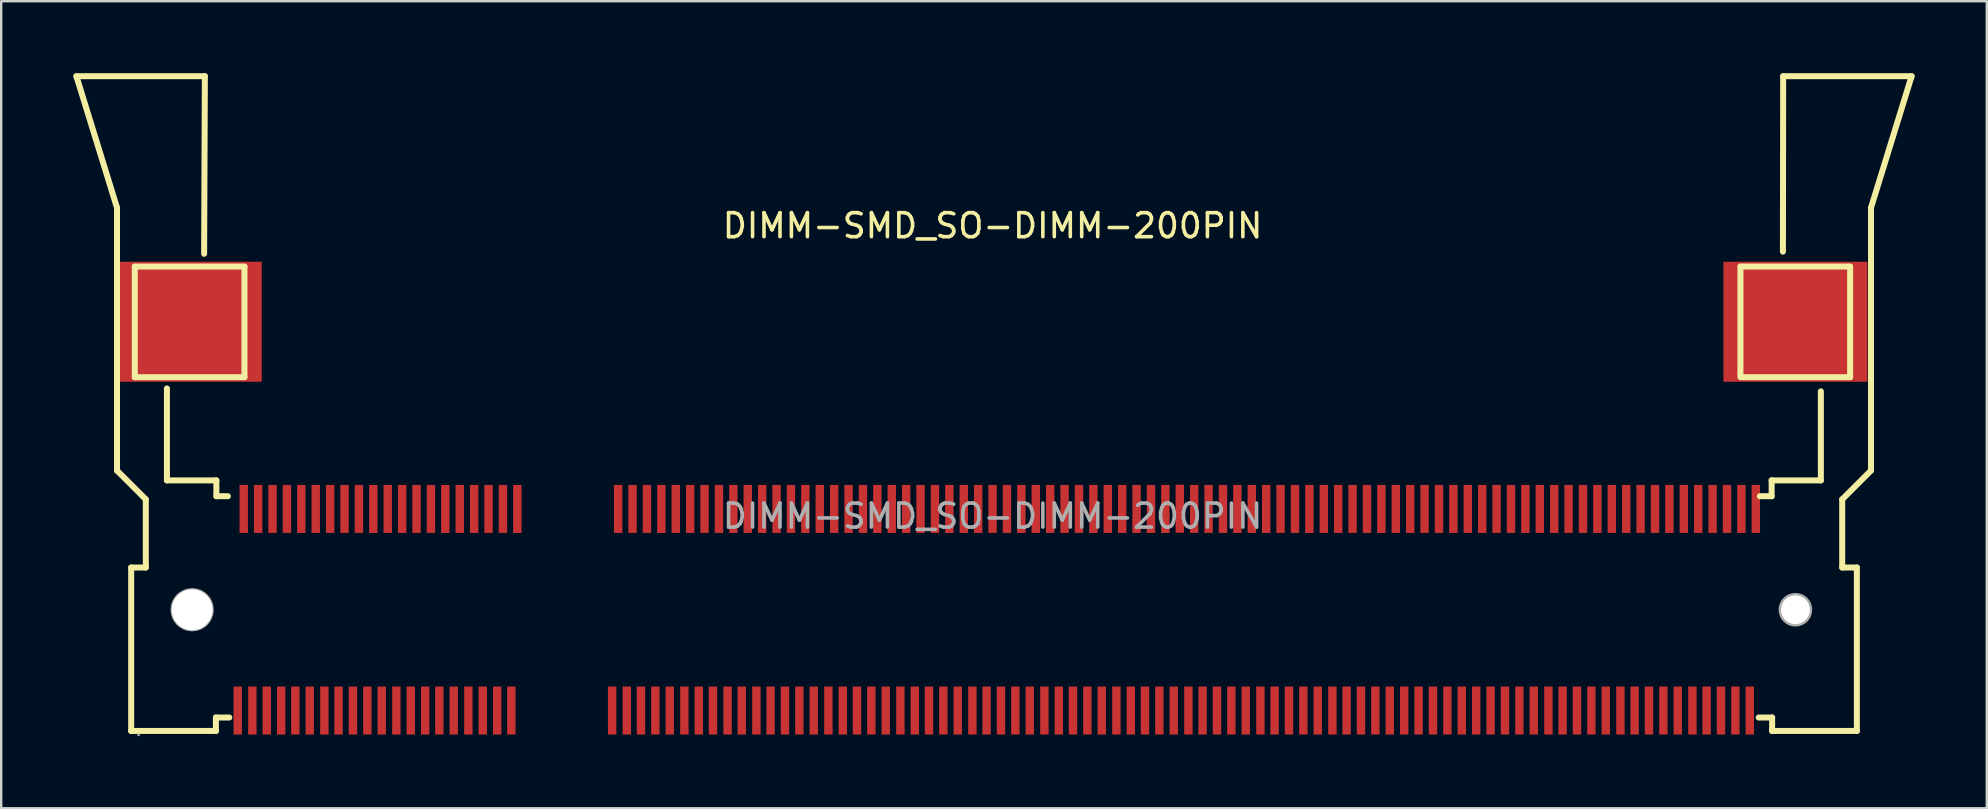
<source format=kicad_pcb>
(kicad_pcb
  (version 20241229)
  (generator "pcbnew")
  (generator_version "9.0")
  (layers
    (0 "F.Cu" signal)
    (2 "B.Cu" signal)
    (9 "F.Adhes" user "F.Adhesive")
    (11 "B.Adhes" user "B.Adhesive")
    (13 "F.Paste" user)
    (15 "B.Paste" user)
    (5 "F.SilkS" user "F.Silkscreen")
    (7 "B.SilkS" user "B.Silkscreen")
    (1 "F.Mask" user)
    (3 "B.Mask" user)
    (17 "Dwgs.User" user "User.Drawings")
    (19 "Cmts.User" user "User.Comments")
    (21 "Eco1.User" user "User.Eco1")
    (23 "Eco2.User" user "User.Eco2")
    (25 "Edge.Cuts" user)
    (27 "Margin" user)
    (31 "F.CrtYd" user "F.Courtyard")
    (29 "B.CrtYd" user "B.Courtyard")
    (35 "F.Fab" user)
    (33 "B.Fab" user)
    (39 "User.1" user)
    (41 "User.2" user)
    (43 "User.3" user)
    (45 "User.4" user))
  (footprint "DIMM-SMD_SO-DIMM-200PIN"
    (layer "F.Cu")
    (at 38.305 18.455)
    (property "Reference" "DIMM-SMD_SO-DIMM-200PIN" (at 0 -12.1 0) (layer "F.SilkS") (effects (font (size 1 1) (thickness 0.15))))
    (attr through_hole)
    (fp_line (start -38.15 -18.33) (end -32.82 -18.33) (stroke (width 0.25) (type solid)) (layer "F.SilkS"))
    (fp_line (start -38.15 -18.26) (end -38.18 -18.33) (stroke (width 0.25) (type solid)) (layer "F.SilkS"))
    (fp_line (start -36.48 -12.85) (end -38.15 -18.26) (stroke (width 0.25) (type solid)) (layer "F.SilkS"))
    (fp_line (start -36.48 -10.81) (end -36.48 -12.85) (stroke (width 0.25) (type solid)) (layer "F.SilkS"))
    (fp_line (start -36.48 -1.9) (end -36.48 -10.79) (stroke (width 0.25) (type solid)) (layer "F.SilkS"))
    (fp_line (start -35.89 2.14) (end -35.28 2.14) (stroke (width 0.25) (type solid)) (layer "F.SilkS"))
    (fp_line (start -35.89 8.95) (end -35.89 2.14) (stroke (width 0.25) (type solid)) (layer "F.SilkS"))
    (fp_line (start -35.74 -5.79) (end -35.74 -10.39) (stroke (width 0.25) (type solid)) (layer "F.SilkS"))
    (fp_line (start -35.73 -5.79) (end -31.17 -5.79) (stroke (width 0.25) (type solid)) (layer "F.SilkS"))
    (fp_line (start -35.28 -0.7) (end -36.48 -1.9) (stroke (width 0.25) (type solid)) (layer "F.SilkS"))
    (fp_line (start -35.28 2.14) (end -35.28 -0.7) (stroke (width 0.25) (type solid)) (layer "F.SilkS"))
    (fp_line (start -34.4 -5.32) (end -34.4 -1.49) (stroke (width 0.25) (type solid)) (layer "F.SilkS"))
    (fp_line (start -34.4 -1.49) (end -32.34 -1.49) (stroke (width 0.25) (type solid)) (layer "F.SilkS"))
    (fp_line (start -32.82 -18.33) (end -32.85 -10.93) (stroke (width 0.25) (type solid)) (layer "F.SilkS"))
    (fp_line (start -32.36 8.39) (end -31.8 8.39) (stroke (width 0.25) (type solid)) (layer "F.SilkS"))
    (fp_line (start -32.36 8.95) (end -35.89 8.95) (stroke (width 0.25) (type solid)) (layer "F.SilkS"))
    (fp_line (start -32.36 8.95) (end -32.36 8.39) (stroke (width 0.25) (type solid)) (layer "F.SilkS"))
    (fp_line (start -32.34 -1.49) (end -32.34 -0.83) (stroke (width 0.25) (type solid)) (layer "F.SilkS"))
    (fp_line (start -32.34 -0.83) (end -31.86 -0.83) (stroke (width 0.25) (type solid)) (layer "F.SilkS"))
    (fp_line (start -31.17 -10.4) (end -35.74 -10.4) (stroke (width 0.25) (type solid)) (layer "F.SilkS"))
    (fp_line (start -31.17 -5.79) (end -31.17 -10.39) (stroke (width 0.25) (type solid)) (layer "F.SilkS"))
    (fp_line (start 31.16 -5.79) (end 31.16 -10.39) (stroke (width 0.25) (type solid)) (layer "F.SilkS"))
    (fp_line (start 31.18 -5.79) (end 35.73 -5.79) (stroke (width 0.25) (type solid)) (layer "F.SilkS"))
    (fp_line (start 32.46 -1.49) (end 32.46 -0.83) (stroke (width 0.25) (type solid)) (layer "F.SilkS"))
    (fp_line (start 32.46 -0.83) (end 31.97 -0.83) (stroke (width 0.25) (type solid)) (layer "F.SilkS"))
    (fp_line (start 32.48 8.39) (end 31.92 8.39) (stroke (width 0.25) (type solid)) (layer "F.SilkS"))
    (fp_line (start 32.48 8.95) (end 32.48 8.39) (stroke (width 0.25) (type solid)) (layer "F.SilkS"))
    (fp_line (start 32.48 8.95) (end 36.01 8.95) (stroke (width 0.25) (type solid)) (layer "F.SilkS"))
    (fp_line (start 32.94 -18.33) (end 32.93 -11.02) (stroke (width 0.25) (type solid)) (layer "F.SilkS"))
    (fp_line (start 34.51 -5.2) (end 34.51 -1.49) (stroke (width 0.25) (type solid)) (layer "F.SilkS"))
    (fp_line (start 34.51 -1.49) (end 32.46 -1.49) (stroke (width 0.25) (type solid)) (layer "F.SilkS"))
    (fp_line (start 35.4 -0.7) (end 36.6 -1.9) (stroke (width 0.25) (type solid)) (layer "F.SilkS"))
    (fp_line (start 35.4 2.14) (end 35.4 -0.7) (stroke (width 0.25) (type solid)) (layer "F.SilkS"))
    (fp_line (start 35.73 -10.4) (end 31.16 -10.4) (stroke (width 0.25) (type solid)) (layer "F.SilkS"))
    (fp_line (start 35.73 -5.79) (end 35.73 -10.39) (stroke (width 0.25) (type solid)) (layer "F.SilkS"))
    (fp_line (start 36.01 2.14) (end 35.4 2.14) (stroke (width 0.25) (type solid)) (layer "F.SilkS"))
    (fp_line (start 36.01 8.95) (end 36.01 2.14) (stroke (width 0.25) (type solid)) (layer "F.SilkS"))
    (fp_line (start 36.6 -12.85) (end 38.27 -18.26) (stroke (width 0.25) (type solid)) (layer "F.SilkS"))
    (fp_line (start 36.6 -10.81) (end 36.6 -12.85) (stroke (width 0.25) (type solid)) (layer "F.SilkS"))
    (fp_line (start 36.6 -1.9) (end 36.6 -10.79) (stroke (width 0.25) (type solid)) (layer "F.SilkS"))
    (fp_line (start 38.27 -18.33) (end 32.94 -18.33) (stroke (width 0.25) (type solid)) (layer "F.SilkS"))
    (fp_line (start 38.27 -18.26) (end 38.3 -18.33) (stroke (width 0.25) (type solid)) (layer "F.SilkS"))
    (fp_circle (center -35.58 9.11) (end -35.55 9.11) (stroke (width 0.06) (type solid)) (fill no) (layer "F.Fab"))
    (fp_circle (center -33.35 3.9) (end -32.9 3.9) (stroke (width 0.9) (type solid)) (fill no) (layer "F.Fab"))
    (fp_circle (center 33.45 3.9) (end 33.8 3.9) (stroke (width 0.7) (type solid)) (fill no) (layer "F.Fab"))
    (fp_text user "${REFERENCE}" (at 0 0 0) (layer "F.Fab") (effects (font (size 1 1) (thickness 0.15))))
    (pad "" thru_hole circle (at -33.35 3.9) (size 1.7 1.7) (drill 1.7) (layers "*.Cu" "*.Mask"))
    (pad "" thru_hole circle (at 33.45 3.9) (size 1.2 1.2) (drill 1.2) (layers "*.Cu" "*.Mask"))
    (pad "1" smd rect (at -31.45 8.1 90) (size 2 0.35) (layers "F.Cu" "F.Mask" "F.Paste"))
    (pad "2" smd rect (at -31.2 -0.3 90) (size 2 0.35) (layers "F.Cu" "F.Mask" "F.Paste"))
    (pad "3" smd rect (at -30.84 8.1 90) (size 2 0.35) (layers "F.Cu" "F.Mask" "F.Paste"))
    (pad "4" smd rect (at -30.6 -0.3 90) (size 2 0.35) (layers "F.Cu" "F.Mask" "F.Paste"))
    (pad "5" smd rect (at -30.24 8.1 90) (size 2 0.35) (layers "F.Cu" "F.Mask" "F.Paste"))
    (pad "6" smd rect (at -30 -0.3 90) (size 2 0.35) (layers "F.Cu" "F.Mask" "F.Paste"))
    (pad "7" smd rect (at -29.64 8.1 90) (size 2 0.35) (layers "F.Cu" "F.Mask" "F.Paste"))
    (pad "8" smd rect (at -29.4 -0.3 90) (size 2 0.35) (layers "F.Cu" "F.Mask" "F.Paste"))
    (pad "9" smd rect (at -29.05 8.1 90) (size 2 0.35) (layers "F.Cu" "F.Mask" "F.Paste"))
    (pad "10" smd rect (at -28.8 -0.3 90) (size 2 0.35) (layers "F.Cu" "F.Mask" "F.Paste"))
    (pad "11" smd rect (at -28.45 8.1 90) (size 2 0.35) (layers "F.Cu" "F.Mask" "F.Paste"))
    (pad "12" smd rect (at -28.2 -0.3 90) (size 2 0.35) (layers "F.Cu" "F.Mask" "F.Paste"))
    (pad "13" smd rect (at -27.84 8.1 90) (size 2 0.35) (layers "F.Cu" "F.Mask" "F.Paste"))
    (pad "14" smd rect (at -27.6 -0.3 90) (size 2 0.35) (layers "F.Cu" "F.Mask" "F.Paste"))
    (pad "15" smd rect (at -27.25 8.1 90) (size 2 0.35) (layers "F.Cu" "F.Mask" "F.Paste"))
    (pad "16" smd rect (at -27 -0.3 90) (size 2 0.35) (layers "F.Cu" "F.Mask" "F.Paste"))
    (pad "17" smd rect (at -26.65 8.1 90) (size 2 0.35) (layers "F.Cu" "F.Mask" "F.Paste"))
    (pad "18" smd rect (at -26.4 -0.3 90) (size 2 0.35) (layers "F.Cu" "F.Mask" "F.Paste"))
    (pad "19" smd rect (at -26.05 8.1 90) (size 2 0.35) (layers "F.Cu" "F.Mask" "F.Paste"))
    (pad "20" smd rect (at -25.8 -0.3 90) (size 2 0.35) (layers "F.Cu" "F.Mask" "F.Paste"))
    (pad "21" smd rect (at -25.45 8.1 90) (size 2 0.35) (layers "F.Cu" "F.Mask" "F.Paste"))
    (pad "22" smd rect (at -25.2 -0.3 90) (size 2 0.35) (layers "F.Cu" "F.Mask" "F.Paste"))
    (pad "23" smd rect (at -24.84 8.1 90) (size 2 0.35) (layers "F.Cu" "F.Mask" "F.Paste"))
    (pad "24" smd rect (at -24.6 -0.3 90) (size 2 0.35) (layers "F.Cu" "F.Mask" "F.Paste"))
    (pad "25" smd rect (at -24.24 8.1 90) (size 2 0.35) (layers "F.Cu" "F.Mask" "F.Paste"))
    (pad "26" smd rect (at -24 -0.3 90) (size 2 0.35) (layers "F.Cu" "F.Mask" "F.Paste"))
    (pad "27" smd rect (at -23.64 8.1 90) (size 2 0.35) (layers "F.Cu" "F.Mask" "F.Paste"))
    (pad "28" smd rect (at -23.4 -0.3 90) (size 2 0.35) (layers "F.Cu" "F.Mask" "F.Paste"))
    (pad "29" smd rect (at -23.05 8.1 90) (size 2 0.35) (layers "F.Cu" "F.Mask" "F.Paste"))
    (pad "30" smd rect (at -22.8 -0.3 90) (size 2 0.35) (layers "F.Cu" "F.Mask" "F.Paste"))
    (pad "31" smd rect (at -22.45 8.1 90) (size 2 0.35) (layers "F.Cu" "F.Mask" "F.Paste"))
    (pad "32" smd rect (at -22.2 -0.3 90) (size 2 0.35) (layers "F.Cu" "F.Mask" "F.Paste"))
    (pad "33" smd rect (at -21.84 8.1 90) (size 2 0.35) (layers "F.Cu" "F.Mask" "F.Paste"))
    (pad "34" smd rect (at -21.6 -0.3 90) (size 2 0.35) (layers "F.Cu" "F.Mask" "F.Paste"))
    (pad "35" smd rect (at -21.24 8.1 90) (size 2 0.35) (layers "F.Cu" "F.Mask" "F.Paste"))
    (pad "36" smd rect (at -21 -0.3 90) (size 2 0.35) (layers "F.Cu" "F.Mask" "F.Paste"))
    (pad "37" smd rect (at -20.64 8.1 90) (size 2 0.35) (layers "F.Cu" "F.Mask" "F.Paste"))
    (pad "38" smd rect (at -20.4 -0.3 90) (size 2 0.35) (layers "F.Cu" "F.Mask" "F.Paste"))
    (pad "39" smd rect (at -20.05 8.1 90) (size 2 0.35) (layers "F.Cu" "F.Mask" "F.Paste"))
    (pad "40" smd rect (at -19.8 -0.3 90) (size 2 0.35) (layers "F.Cu" "F.Mask" "F.Paste"))
    (pad "41" smd rect (at -15.85 8.1 90) (size 2 0.35) (layers "F.Cu" "F.Mask" "F.Paste"))
    (pad "42" smd rect (at -15.6 -0.3 90) (size 2 0.35) (layers "F.Cu" "F.Mask" "F.Paste"))
    (pad "43" smd rect (at -15.24 8.1 90) (size 2 0.35) (layers "F.Cu" "F.Mask" "F.Paste"))
    (pad "44" smd rect (at -15 -0.3 90) (size 2 0.35) (layers "F.Cu" "F.Mask" "F.Paste"))
    (pad "45" smd rect (at -14.65 8.1 90) (size 2 0.35) (layers "F.Cu" "F.Mask" "F.Paste"))
    (pad "46" smd rect (at -14.4 -0.3 90) (size 2 0.35) (layers "F.Cu" "F.Mask" "F.Paste"))
    (pad "47" smd rect (at -14.05 8.1 90) (size 2 0.35) (layers "F.Cu" "F.Mask" "F.Paste"))
    (pad "48" smd rect (at -13.8 -0.3 90) (size 2 0.35) (layers "F.Cu" "F.Mask" "F.Paste"))
    (pad "49" smd rect (at -13.45 8.1 90) (size 2 0.35) (layers "F.Cu" "F.Mask" "F.Paste"))
    (pad "50" smd rect (at -13.2 -0.3 90) (size 2 0.35) (layers "F.Cu" "F.Mask" "F.Paste"))
    (pad "51" smd rect (at -12.84 8.1 90) (size 2 0.35) (layers "F.Cu" "F.Mask" "F.Paste"))
    (pad "52" smd rect (at -12.6 -0.3 90) (size 2 0.35) (layers "F.Cu" "F.Mask" "F.Paste"))
    (pad "53" smd rect (at -12.24 8.1 90) (size 2 0.35) (layers "F.Cu" "F.Mask" "F.Paste"))
    (pad "54" smd rect (at -12 -0.3 90) (size 2 0.35) (layers "F.Cu" "F.Mask" "F.Paste"))
    (pad "55" smd rect (at -11.65 8.1 90) (size 2 0.35) (layers "F.Cu" "F.Mask" "F.Paste"))
    (pad "56" smd rect (at -11.4 -0.3 90) (size 2 0.35) (layers "F.Cu" "F.Mask" "F.Paste"))
    (pad "57" smd rect (at -11.04 8.1 90) (size 2 0.35) (layers "F.Cu" "F.Mask" "F.Paste"))
    (pad "58" smd rect (at -10.8 -0.3 90) (size 2 0.35) (layers "F.Cu" "F.Mask" "F.Paste"))
    (pad "59" smd rect (at -10.45 8.1 90) (size 2 0.35) (layers "F.Cu" "F.Mask" "F.Paste"))
    (pad "60" smd rect (at -10.2 -0.3 90) (size 2 0.35) (layers "F.Cu" "F.Mask" "F.Paste"))
    (pad "61" smd rect (at -9.84 8.1 90) (size 2 0.35) (layers "F.Cu" "F.Mask" "F.Paste"))
    (pad "62" smd rect (at -9.6 -0.3 90) (size 2 0.35) (layers "F.Cu" "F.Mask" "F.Paste"))
    (pad "63" smd rect (at -9.25 8.1 90) (size 2 0.35) (layers "F.Cu" "F.Mask" "F.Paste"))
    (pad "64" smd rect (at -9 -0.3 90) (size 2 0.35) (layers "F.Cu" "F.Mask" "F.Paste"))
    (pad "65" smd rect (at -8.65 8.1 90) (size 2 0.35) (layers "F.Cu" "F.Mask" "F.Paste"))
    (pad "66" smd rect (at -8.4 -0.3 90) (size 2 0.35) (layers "F.Cu" "F.Mask" "F.Paste"))
    (pad "67" smd rect (at -8.05 8.1 90) (size 2 0.35) (layers "F.Cu" "F.Mask" "F.Paste"))
    (pad "68" smd rect (at -7.8 -0.3 90) (size 2 0.35) (layers "F.Cu" "F.Mask" "F.Paste"))
    (pad "69" smd rect (at -7.45 8.1 90) (size 2 0.35) (layers "F.Cu" "F.Mask" "F.Paste"))
    (pad "70" smd rect (at -7.2 -0.3 90) (size 2 0.35) (layers "F.Cu" "F.Mask" "F.Paste"))
    (pad "71" smd rect (at -6.84 8.1 90) (size 2 0.35) (layers "F.Cu" "F.Mask" "F.Paste"))
    (pad "72" smd rect (at -6.6 -0.3 90) (size 2 0.35) (layers "F.Cu" "F.Mask" "F.Paste"))
    (pad "73" smd rect (at -6.24 8.1 90) (size 2 0.35) (layers "F.Cu" "F.Mask" "F.Paste"))
    (pad "74" smd rect (at -6 -0.3 90) (size 2 0.35) (layers "F.Cu" "F.Mask" "F.Paste"))
    (pad "75" smd rect (at -5.65 8.1 90) (size 2 0.35) (layers "F.Cu" "F.Mask" "F.Paste"))
    (pad "76" smd rect (at -5.4 -0.3 90) (size 2 0.35) (layers "F.Cu" "F.Mask" "F.Paste"))
    (pad "77" smd rect (at -5.05 8.1 90) (size 2 0.35) (layers "F.Cu" "F.Mask" "F.Paste"))
    (pad "78" smd rect (at -4.8 -0.3 90) (size 2 0.35) (layers "F.Cu" "F.Mask" "F.Paste"))
    (pad "79" smd rect (at -4.45 8.1 90) (size 2 0.35) (layers "F.Cu" "F.Mask" "F.Paste"))
    (pad "80" smd rect (at -4.2 -0.3 90) (size 2 0.35) (layers "F.Cu" "F.Mask" "F.Paste"))
    (pad "81" smd rect (at -3.84 8.1 90) (size 2 0.35) (layers "F.Cu" "F.Mask" "F.Paste"))
    (pad "82" smd rect (at -3.6 -0.3 90) (size 2 0.35) (layers "F.Cu" "F.Mask" "F.Paste"))
    (pad "83" smd rect (at -3.24 8.1 90) (size 2 0.35) (layers "F.Cu" "F.Mask" "F.Paste"))
    (pad "84" smd rect (at -3 -0.3 90) (size 2 0.35) (layers "F.Cu" "F.Mask" "F.Paste"))
    (pad "85" smd rect (at -2.65 8.1 90) (size 2 0.35) (layers "F.Cu" "F.Mask" "F.Paste"))
    (pad "86" smd rect (at -2.4 -0.3 90) (size 2 0.35) (layers "F.Cu" "F.Mask" "F.Paste"))
    (pad "87" smd rect (at -2.05 8.1 90) (size 2 0.35) (layers "F.Cu" "F.Mask" "F.Paste"))
    (pad "88" smd rect (at -1.8 -0.3 90) (size 2 0.35) (layers "F.Cu" "F.Mask" "F.Paste"))
    (pad "89" smd rect (at -1.45 8.1 90) (size 2 0.35) (layers "F.Cu" "F.Mask" "F.Paste"))
    (pad "90" smd rect (at -1.2 -0.3 90) (size 2 0.35) (layers "F.Cu" "F.Mask" "F.Paste"))
    (pad "91" smd rect (at -0.84 8.1 90) (size 2 0.35) (layers "F.Cu" "F.Mask" "F.Paste"))
    (pad "92" smd rect (at -0.6 -0.3 90) (size 2 0.35) (layers "F.Cu" "F.Mask" "F.Paste"))
    (pad "93" smd rect (at -0.25 8.1 90) (size 2 0.35) (layers "F.Cu" "F.Mask" "F.Paste"))
    (pad "94" smd rect (at 0 -0.3 90) (size 2 0.35) (layers "F.Cu" "F.Mask" "F.Paste"))
    (pad "95" smd rect (at 0.35 8.1 90) (size 2 0.35) (layers "F.Cu" "F.Mask" "F.Paste"))
    (pad "96" smd rect (at 0.6 -0.3 90) (size 2 0.35) (layers "F.Cu" "F.Mask" "F.Paste"))
    (pad "97" smd rect (at 0.95 8.1 90) (size 2 0.35) (layers "F.Cu" "F.Mask" "F.Paste"))
    (pad "98" smd rect (at 1.2 -0.3 90) (size 2 0.35) (layers "F.Cu" "F.Mask" "F.Paste"))
    (pad "99" smd rect (at 1.55 8.1 90) (size 2 0.35) (layers "F.Cu" "F.Mask" "F.Paste"))
    (pad "100" smd rect (at 1.8 -0.3 90) (size 2 0.35) (layers "F.Cu" "F.Mask" "F.Paste"))
    (pad "101" smd rect (at 2.16 8.1 90) (size 2 0.35) (layers "F.Cu" "F.Mask" "F.Paste"))
    (pad "102" smd rect (at 2.4 -0.3 90) (size 2 0.35) (layers "F.Cu" "F.Mask" "F.Paste"))
    (pad "103" smd rect (at 2.76 8.1 90) (size 2 0.35) (layers "F.Cu" "F.Mask" "F.Paste"))
    (pad "104" smd rect (at 3 -0.3 90) (size 2 0.35) (layers "F.Cu" "F.Mask" "F.Paste"))
    (pad "105" smd rect (at 3.35 8.1 90) (size 2 0.35) (layers "F.Cu" "F.Mask" "F.Paste"))
    (pad "106" smd rect (at 3.6 -0.3 90) (size 2 0.35) (layers "F.Cu" "F.Mask" "F.Paste"))
    (pad "107" smd rect (at 3.95 8.1 90) (size 2 0.35) (layers "F.Cu" "F.Mask" "F.Paste"))
    (pad "108" smd rect (at 4.2 -0.3 90) (size 2 0.35) (layers "F.Cu" "F.Mask" "F.Paste"))
    (pad "109" smd rect (at 4.55 8.1 90) (size 2 0.35) (layers "F.Cu" "F.Mask" "F.Paste"))
    (pad "110" smd rect (at 4.8 -0.3 90) (size 2 0.35) (layers "F.Cu" "F.Mask" "F.Paste"))
    (pad "111" smd rect (at 5.16 8.1 90) (size 2 0.35) (layers "F.Cu" "F.Mask" "F.Paste"))
    (pad "112" smd rect (at 5.4 -0.3 90) (size 2 0.35) (layers "F.Cu" "F.Mask" "F.Paste"))
    (pad "113" smd rect (at 5.76 8.1 90) (size 2 0.35) (layers "F.Cu" "F.Mask" "F.Paste"))
    (pad "114" smd rect (at 6 -0.3 90) (size 2 0.35) (layers "F.Cu" "F.Mask" "F.Paste"))
    (pad "115" smd rect (at 6.35 8.1 90) (size 2 0.35) (layers "F.Cu" "F.Mask" "F.Paste"))
    (pad "116" smd rect (at 6.6 -0.3 90) (size 2 0.35) (layers "F.Cu" "F.Mask" "F.Paste"))
    (pad "117" smd rect (at 6.95 8.1 90) (size 2 0.35) (layers "F.Cu" "F.Mask" "F.Paste"))
    (pad "118" smd rect (at 7.2 -0.3 90) (size 2 0.35) (layers "F.Cu" "F.Mask" "F.Paste"))
    (pad "119" smd rect (at 7.55 8.1 90) (size 2 0.35) (layers "F.Cu" "F.Mask" "F.Paste"))
    (pad "120" smd rect (at 7.8 -0.31 90) (size 2 0.35) (layers "F.Cu" "F.Mask" "F.Paste"))
    (pad "121" smd rect (at 8.16 8.1 90) (size 2 0.35) (layers "F.Cu" "F.Mask" "F.Paste"))
    (pad "122" smd rect (at 8.4 -0.3 90) (size 2 0.35) (layers "F.Cu" "F.Mask" "F.Paste"))
    (pad "123" smd rect (at 8.75 8.1 90) (size 2 0.35) (layers "F.Cu" "F.Mask" "F.Paste"))
    (pad "124" smd rect (at 9 -0.3 90) (size 2 0.35) (layers "F.Cu" "F.Mask" "F.Paste"))
    (pad "125" smd rect (at 9.35 8.1 90) (size 2 0.35) (layers "F.Cu" "F.Mask" "F.Paste"))
    (pad "126" smd rect (at 9.6 -0.3 90) (size 2 0.35) (layers "F.Cu" "F.Mask" "F.Paste"))
    (pad "127" smd rect (at 9.95 8.1 90) (size 2 0.35) (layers "F.Cu" "F.Mask" "F.Paste"))
    (pad "128" smd rect (at 10.2 -0.3 90) (size 2 0.35) (layers "F.Cu" "F.Mask" "F.Paste"))
    (pad "129" smd rect (at 10.55 8.1 90) (size 2 0.35) (layers "F.Cu" "F.Mask" "F.Paste"))
    (pad "130" smd rect (at 10.8 -0.3 90) (size 2 0.35) (layers "F.Cu" "F.Mask" "F.Paste"))
    (pad "131" smd rect (at 11.16 8.1 90) (size 2 0.35) (layers "F.Cu" "F.Mask" "F.Paste"))
    (pad "132" smd rect (at 11.4 -0.3 90) (size 2 0.35) (layers "F.Cu" "F.Mask" "F.Paste"))
    (pad "133" smd rect (at 11.75 8.1 90) (size 2 0.35) (layers "F.Cu" "F.Mask" "F.Paste"))
    (pad "134" smd rect (at 12 -0.3 90) (size 2 0.35) (layers "F.Cu" "F.Mask" "F.Paste"))
    (pad "135" smd rect (at 12.35 8.1 90) (size 2 0.35) (layers "F.Cu" "F.Mask" "F.Paste"))
    (pad "136" smd rect (at 12.6 -0.3 90) (size 2 0.35) (layers "F.Cu" "F.Mask" "F.Paste"))
    (pad "137" smd rect (at 12.95 8.1 90) (size 2 0.35) (layers "F.Cu" "F.Mask" "F.Paste"))
    (pad "138" smd rect (at 13.2 -0.3 90) (size 2 0.35) (layers "F.Cu" "F.Mask" "F.Paste"))
    (pad "139" smd rect (at 13.55 8.1 90) (size 2 0.35) (layers "F.Cu" "F.Mask" "F.Paste"))
    (pad "140" smd rect (at 13.8 -0.3 90) (size 2 0.35) (layers "F.Cu" "F.Mask" "F.Paste"))
    (pad "141" smd rect (at 14.16 8.1 90) (size 2 0.35) (layers "F.Cu" "F.Mask" "F.Paste"))
    (pad "142" smd rect (at 14.4 -0.3 90) (size 2 0.35) (layers "F.Cu" "F.Mask" "F.Paste"))
    (pad "143" smd rect (at 14.75 8.1 90) (size 2 0.35) (layers "F.Cu" "F.Mask" "F.Paste"))
    (pad "144" smd rect (at 15 -0.3 90) (size 2 0.35) (layers "F.Cu" "F.Mask" "F.Paste"))
    (pad "145" smd rect (at 15.35 8.1 90) (size 2 0.35) (layers "F.Cu" "F.Mask" "F.Paste"))
    (pad "146" smd rect (at 15.6 -0.3 90) (size 2 0.35) (layers "F.Cu" "F.Mask" "F.Paste"))
    (pad "147" smd rect (at 15.95 8.1 90) (size 2 0.35) (layers "F.Cu" "F.Mask" "F.Paste"))
    (pad "148" smd rect (at 16.2 -0.3 90) (size 2 0.35) (layers "F.Cu" "F.Mask" "F.Paste"))
    (pad "149" smd rect (at 16.55 8.1 90) (size 2 0.35) (layers "F.Cu" "F.Mask" "F.Paste"))
    (pad "150" smd rect (at 16.8 -0.3 90) (size 2 0.35) (layers "F.Cu" "F.Mask" "F.Paste"))
    (pad "151" smd rect (at 17.15 8.1 90) (size 2 0.35) (layers "F.Cu" "F.Mask" "F.Paste"))
    (pad "152" smd rect (at 17.4 -0.3 90) (size 2 0.35) (layers "F.Cu" "F.Mask" "F.Paste"))
    (pad "153" smd rect (at 17.75 8.1 90) (size 2 0.35) (layers "F.Cu" "F.Mask" "F.Paste"))
    (pad "154" smd rect (at 18 -0.3 90) (size 2 0.35) (layers "F.Cu" "F.Mask" "F.Paste"))
    (pad "155" smd rect (at 18.35 8.1 90) (size 2 0.35) (layers "F.Cu" "F.Mask" "F.Paste"))
    (pad "156" smd rect (at 18.6 -0.3 90) (size 2 0.35) (layers "F.Cu" "F.Mask" "F.Paste"))
    (pad "157" smd rect (at 18.95 8.1 90) (size 2 0.35) (layers "F.Cu" "F.Mask" "F.Paste"))
    (pad "158" smd rect (at 19.2 -0.3 90) (size 2 0.35) (layers "F.Cu" "F.Mask" "F.Paste"))
    (pad "159" smd rect (at 19.55 8.1 90) (size 2 0.35) (layers "F.Cu" "F.Mask" "F.Paste"))
    (pad "160" smd rect (at 19.8 -0.3 90) (size 2 0.35) (layers "F.Cu" "F.Mask" "F.Paste"))
    (pad "161" smd rect (at 20.15 8.1 90) (size 2 0.35) (layers "F.Cu" "F.Mask" "F.Paste"))
    (pad "162" smd rect (at 20.4 -0.3 90) (size 2 0.35) (layers "F.Cu" "F.Mask" "F.Paste"))
    (pad "163" smd rect (at 20.75 8.1 90) (size 2 0.35) (layers "F.Cu" "F.Mask" "F.Paste"))
    (pad "164" smd rect (at 21 -0.3 90) (size 2 0.35) (layers "F.Cu" "F.Mask" "F.Paste"))
    (pad "165" smd rect (at 21.35 8.1 90) (size 2 0.35) (layers "F.Cu" "F.Mask" "F.Paste"))
    (pad "166" smd rect (at 21.6 -0.3 90) (size 2 0.35) (layers "F.Cu" "F.Mask" "F.Paste"))
    (pad "167" smd rect (at 21.95 8.1 90) (size 2 0.35) (layers "F.Cu" "F.Mask" "F.Paste"))
    (pad "168" smd rect (at 22.2 -0.3 90) (size 2 0.35) (layers "F.Cu" "F.Mask" "F.Paste"))
    (pad "169" smd rect (at 22.55 8.1 90) (size 2 0.35) (layers "F.Cu" "F.Mask" "F.Paste"))
    (pad "170" smd rect (at 22.8 -0.3 90) (size 2 0.35) (layers "F.Cu" "F.Mask" "F.Paste"))
    (pad "171" smd rect (at 23.16 8.1 90) (size 2 0.35) (layers "F.Cu" "F.Mask" "F.Paste"))
    (pad "172" smd rect (at 23.4 -0.3 90) (size 2 0.35) (layers "F.Cu" "F.Mask" "F.Paste"))
    (pad "173" smd rect (at 23.75 8.1 90) (size 2 0.35) (layers "F.Cu" "F.Mask" "F.Paste"))
    (pad "174" smd rect (at 24 -0.3 90) (size 2 0.35) (layers "F.Cu" "F.Mask" "F.Paste"))
    (pad "175" smd rect (at 24.35 8.1 90) (size 2 0.35) (layers "F.Cu" "F.Mask" "F.Paste"))
    (pad "176" smd rect (at 24.6 -0.3 90) (size 2 0.35) (layers "F.Cu" "F.Mask" "F.Paste"))
    (pad "177" smd rect (at 24.95 8.1 90) (size 2 0.35) (layers "F.Cu" "F.Mask" "F.Paste"))
    (pad "178" smd rect (at 25.2 -0.3 90) (size 2 0.35) (layers "F.Cu" "F.Mask" "F.Paste"))
    (pad "179" smd rect (at 25.55 8.1 90) (size 2 0.35) (layers "F.Cu" "F.Mask" "F.Paste"))
    (pad "180" smd rect (at 25.8 -0.3 90) (size 2 0.35) (layers "F.Cu" "F.Mask" "F.Paste"))
    (pad "181" smd rect (at 26.16 8.1 90) (size 2 0.35) (layers "F.Cu" "F.Mask" "F.Paste"))
    (pad "182" smd rect (at 26.4 -0.3 90) (size 2 0.35) (layers "F.Cu" "F.Mask" "F.Paste"))
    (pad "183" smd rect (at 26.75 8.1 90) (size 2 0.35) (layers "F.Cu" "F.Mask" "F.Paste"))
    (pad "184" smd rect (at 27 -0.3 90) (size 2 0.35) (layers "F.Cu" "F.Mask" "F.Paste"))
    (pad "185" smd rect (at 27.35 8.1 90) (size 2 0.35) (layers "F.Cu" "F.Mask" "F.Paste"))
    (pad "186" smd rect (at 27.6 -0.3 90) (size 2 0.35) (layers "F.Cu" "F.Mask" "F.Paste"))
    (pad "187" smd rect (at 27.95 8.1 90) (size 2 0.35) (layers "F.Cu" "F.Mask" "F.Paste"))
    (pad "188" smd rect (at 28.2 -0.3 90) (size 2 0.35) (layers "F.Cu" "F.Mask" "F.Paste"))
    (pad "189" smd rect (at 28.55 8.1 90) (size 2 0.35) (layers "F.Cu" "F.Mask" "F.Paste"))
    (pad "190" smd rect (at 28.8 -0.3 90) (size 2 0.35) (layers "F.Cu" "F.Mask" "F.Paste"))
    (pad "191" smd rect (at 29.16 8.1 90) (size 2 0.35) (layers "F.Cu" "F.Mask" "F.Paste"))
    (pad "192" smd rect (at 29.4 -0.3 90) (size 2 0.35) (layers "F.Cu" "F.Mask" "F.Paste"))
    (pad "193" smd rect (at 29.75 8.1 90) (size 2 0.35) (layers "F.Cu" "F.Mask" "F.Paste"))
    (pad "194" smd rect (at 30 -0.3 90) (size 2 0.35) (layers "F.Cu" "F.Mask" "F.Paste"))
    (pad "195" smd rect (at 30.35 8.1 90) (size 2 0.35) (layers "F.Cu" "F.Mask" "F.Paste"))
    (pad "196" smd rect (at 30.6 -0.3 90) (size 2 0.35) (layers "F.Cu" "F.Mask" "F.Paste"))
    (pad "197" smd rect (at 30.95 8.1 90) (size 2 0.35) (layers "F.Cu" "F.Mask" "F.Paste"))
    (pad "198" smd rect (at 31.2 -0.3 90) (size 2 0.35) (layers "F.Cu" "F.Mask" "F.Paste"))
    (pad "199" smd rect (at 31.55 8.1 90) (size 2 0.35) (layers "F.Cu" "F.Mask" "F.Paste"))
    (pad "200" smd rect (at 31.8 -0.3 90) (size 2 0.35) (layers "F.Cu" "F.Mask" "F.Paste"))
    (pad "201" smd rect (at 33.45 -8.1) (size 6 5) (layers "F.Cu" "F.Mask" "F.Paste"))
    (pad "202" smd rect (at -33.45 -8.1) (size 6 5) (layers "F.Cu" "F.Mask" "F.Paste")))
  (gr_rect
    (start -3 -3)
    (end 79.73 30.625)
    (stroke (width 0.1) (type default))
    (fill no)
    (layer "Edge.Cuts")))
</source>
